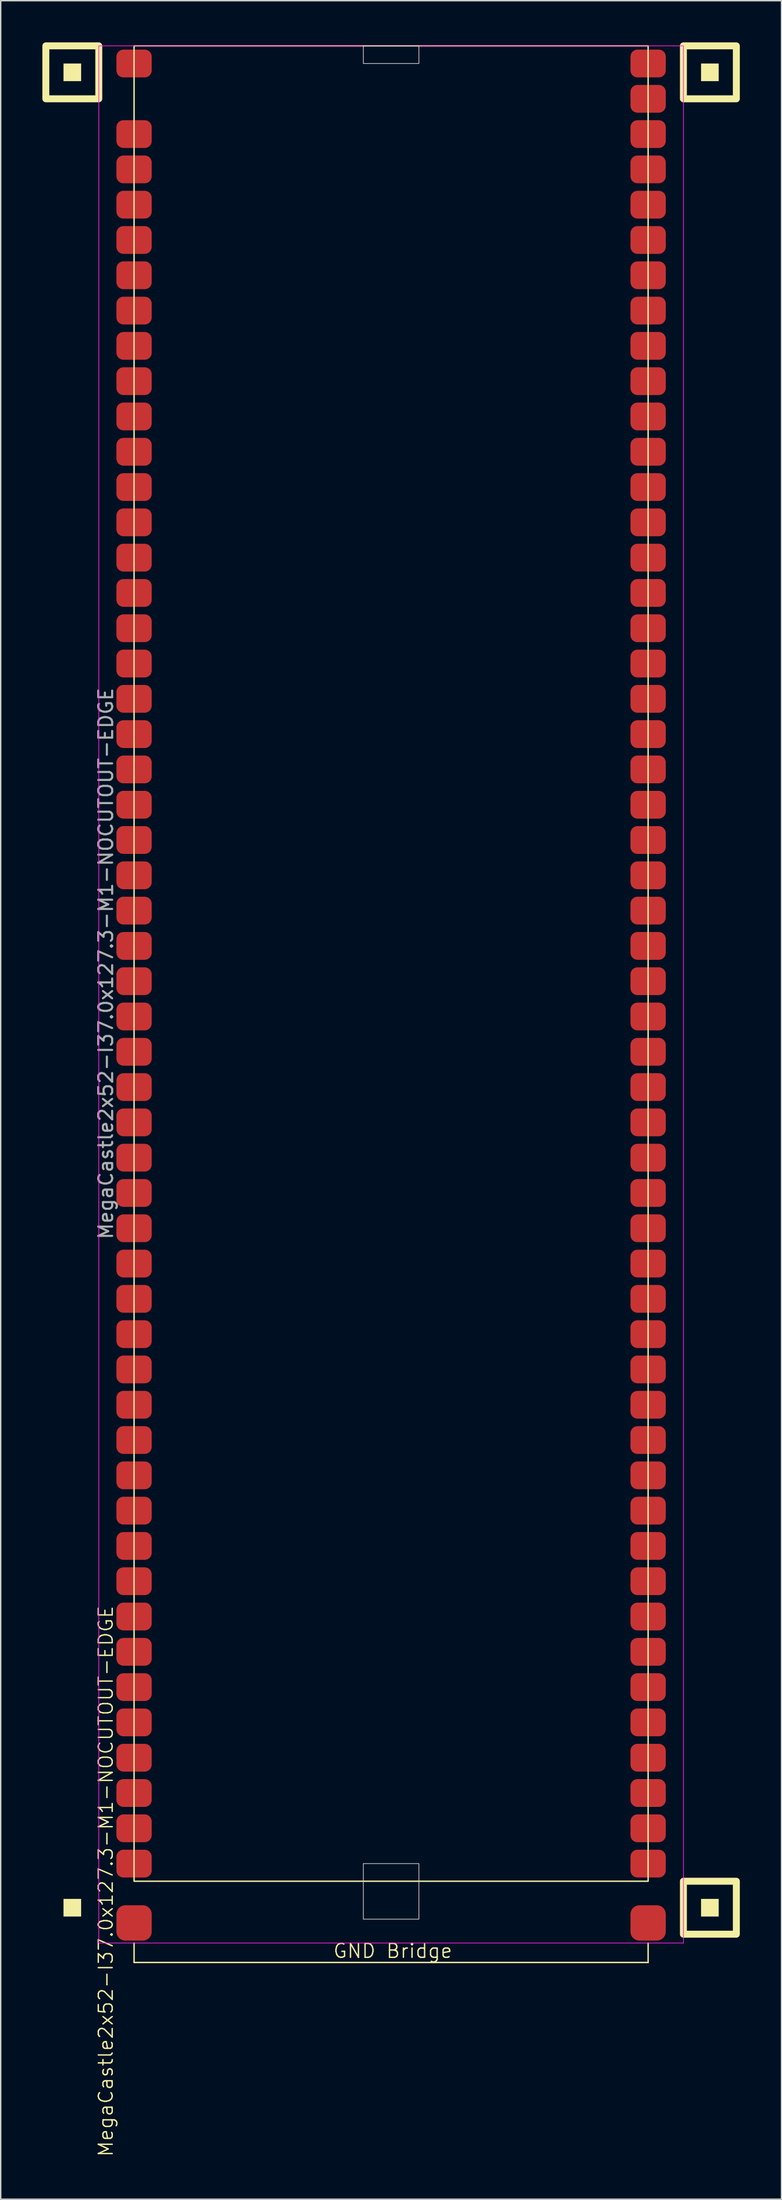
<source format=kicad_pcb>
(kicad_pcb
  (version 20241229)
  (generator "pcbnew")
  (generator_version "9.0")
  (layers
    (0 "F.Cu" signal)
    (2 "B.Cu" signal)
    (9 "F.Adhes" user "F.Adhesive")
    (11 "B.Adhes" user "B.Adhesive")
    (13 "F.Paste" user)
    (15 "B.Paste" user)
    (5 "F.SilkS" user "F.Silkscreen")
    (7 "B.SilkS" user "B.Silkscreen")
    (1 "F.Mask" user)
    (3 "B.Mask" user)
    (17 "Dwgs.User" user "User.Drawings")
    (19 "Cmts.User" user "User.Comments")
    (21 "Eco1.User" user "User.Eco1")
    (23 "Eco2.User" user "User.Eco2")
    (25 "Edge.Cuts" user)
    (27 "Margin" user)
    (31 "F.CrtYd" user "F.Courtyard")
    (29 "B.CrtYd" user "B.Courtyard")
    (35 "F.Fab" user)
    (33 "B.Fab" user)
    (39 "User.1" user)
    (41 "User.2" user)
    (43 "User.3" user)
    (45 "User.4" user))
  (footprint "MegaCastle2x52-I37.0x127.3-M1-NOCUTOUT-EDGE"
    (layer "F.Cu")
    (at 25.1 66.29)
    (property "Reference" "MegaCastle2x52-I37.0x127.3-M1-NOCUTOUT-EDGE" (at -20.532 66.04 90) (unlocked yes) (layer "F.SilkS") (effects (font (size 1 1) (thickness 0.1))))
    (attr smd)
    (fp_line (start -18.5 70.485) (end -18.5 71.885) (stroke (width 0.1) (type default)) (layer "F.SilkS"))
    (fp_line (start -18.5 71.885) (end 18.5 71.885) (stroke (width 0.1) (type default)) (layer "F.SilkS"))
    (fp_line (start 18.5 70.485) (end 18.5 71.885) (stroke (width 0.1) (type default)) (layer "F.SilkS"))
    (fp_rect (start -22.31 -63.5) (end -23.58 -64.77) (stroke (width 0) (type solid)) (fill yes) (layer "F.SilkS"))
    (fp_rect (start -22.31 68.58) (end -23.58 67.31) (stroke (width 0) (type solid)) (fill yes) (layer "F.SilkS"))
    (fp_rect (start -21.04 -62.23) (end -24.85 -66.04) (stroke (width 0.5) (type default)) (fill no) (layer "F.SilkS"))
    (fp_rect (start -18.5 -66.04) (end 18.5 66.04) (stroke (width 0.1) (type default)) (fill no) (layer "F.SilkS"))
    (fp_rect (start 23.58 -63.5) (end 22.31 -64.77) (stroke (width 0) (type solid)) (fill yes) (layer "F.SilkS"))
    (fp_rect (start 23.58 68.58) (end 22.31 67.31) (stroke (width 0) (type solid)) (fill yes) (layer "F.SilkS"))
    (fp_rect (start 24.85 -62.23) (end 21.04 -66.04) (stroke (width 0.5) (type default)) (fill no) (layer "F.SilkS"))
    (fp_rect (start 24.85 69.85) (end 21.04 66.04) (stroke (width 0.5) (type default)) (fill no) (layer "F.SilkS"))
    (fp_rect (start -2 -64.77) (end 2 -66.04) (stroke (width 0.05) (type default)) (fill no) (layer "Edge.Cuts"))
    (fp_rect (start -2 64.77) (end 2 68.77) (stroke (width 0.05) (type default)) (fill no) (layer "Edge.Cuts"))
    (fp_line (start -21.04 -66.04) (end -21.04 70.485) (stroke (width 0.05) (type default)) (layer "F.CrtYd"))
    (fp_line (start -21.04 70.485) (end 21.04 70.485) (stroke (width 0.05) (type default)) (layer "F.CrtYd"))
    (fp_line (start 21.04 -66.04) (end -21.04 -66.04) (stroke (width 0.05) (type default)) (layer "F.CrtYd"))
    (fp_line (start 21.04 -66.04) (end 21.04 70.485) (stroke (width 0.05) (type default)) (layer "F.CrtYd"))
    (fp_text user "GND Bridge" (at -4.226 71.64 0) (unlocked yes) (layer "F.SilkS") (effects (font (size 1 1) (thickness 0.1)) (justify left bottom)))
    (fp_text user "${REFERENCE}" (at -20.532 0 90) (unlocked yes) (layer "F.Fab") (effects (font (size 1 1) (thickness 0.15))))
    (pad "1" smd roundrect (at -18.5 -64.77) (size 2.54 2) (layers "F.Cu" "F.Mask" "F.Paste") (roundrect_rratio 0.25))
    (pad "3" smd roundrect (at -18.5 -59.69) (size 2.54 2) (layers "F.Cu" "F.Mask" "F.Paste") (roundrect_rratio 0.25))
    (pad "4" smd roundrect (at -18.5 -57.15) (size 2.54 2) (layers "F.Cu" "F.Mask" "F.Paste") (roundrect_rratio 0.25))
    (pad "5" smd roundrect (at -18.5 -54.61) (size 2.54 2) (layers "F.Cu" "F.Mask" "F.Paste") (roundrect_rratio 0.25))
    (pad "6" smd roundrect (at -18.5 -52.07) (size 2.54 2) (layers "F.Cu" "F.Mask" "F.Paste") (roundrect_rratio 0.25))
    (pad "7" smd roundrect (at -18.5 -49.53) (size 2.54 2) (layers "F.Cu" "F.Mask" "F.Paste") (roundrect_rratio 0.25))
    (pad "8" smd roundrect (at -18.5 -46.99) (size 2.54 2) (layers "F.Cu" "F.Mask" "F.Paste") (roundrect_rratio 0.25))
    (pad "9" smd roundrect (at -18.5 -44.45) (size 2.54 2) (layers "F.Cu" "F.Mask" "F.Paste") (roundrect_rratio 0.25))
    (pad "10" smd roundrect (at -18.5 -41.91) (size 2.54 2) (layers "F.Cu" "F.Mask" "F.Paste") (roundrect_rratio 0.25))
    (pad "11" smd roundrect (at -18.5 -39.37) (size 2.54 2) (layers "F.Cu" "F.Mask" "F.Paste") (roundrect_rratio 0.25))
    (pad "12" smd roundrect (at -18.5 -36.83) (size 2.54 2) (layers "F.Cu" "F.Mask" "F.Paste") (roundrect_rratio 0.25))
    (pad "13" smd roundrect (at -18.5 -34.29) (size 2.54 2) (layers "F.Cu" "F.Mask" "F.Paste") (roundrect_rratio 0.25))
    (pad "14" smd roundrect (at -18.5 -31.75) (size 2.54 2) (layers "F.Cu" "F.Mask" "F.Paste") (roundrect_rratio 0.25))
    (pad "15" smd roundrect (at -18.5 -29.21) (size 2.54 2) (layers "F.Cu" "F.Mask" "F.Paste") (roundrect_rratio 0.25))
    (pad "16" smd roundrect (at -18.5 -26.67) (size 2.54 2) (layers "F.Cu" "F.Mask" "F.Paste") (roundrect_rratio 0.25))
    (pad "17" smd roundrect (at -18.5 -24.13) (size 2.54 2) (layers "F.Cu" "F.Mask" "F.Paste") (roundrect_rratio 0.25))
    (pad "18" smd roundrect (at -18.5 -21.59) (size 2.54 2) (layers "F.Cu" "F.Mask" "F.Paste") (roundrect_rratio 0.25))
    (pad "19" smd roundrect (at -18.5 -19.05) (size 2.54 2) (layers "F.Cu" "F.Mask" "F.Paste") (roundrect_rratio 0.25))
    (pad "20" smd roundrect (at -18.5 -16.51) (size 2.54 2) (layers "F.Cu" "F.Mask" "F.Paste") (roundrect_rratio 0.25))
    (pad "21" smd roundrect (at -18.5 -13.97) (size 2.54 2) (layers "F.Cu" "F.Mask" "F.Paste") (roundrect_rratio 0.25))
    (pad "22" smd roundrect (at -18.5 -11.43) (size 2.54 2) (layers "F.Cu" "F.Mask" "F.Paste") (roundrect_rratio 0.25))
    (pad "23" smd roundrect (at -18.5 -8.89) (size 2.54 2) (layers "F.Cu" "F.Mask" "F.Paste") (roundrect_rratio 0.25))
    (pad "24" smd roundrect (at -18.5 -6.35) (size 2.54 2) (layers "F.Cu" "F.Mask" "F.Paste") (roundrect_rratio 0.25))
    (pad "25" smd roundrect (at -18.5 -3.81) (size 2.54 2) (layers "F.Cu" "F.Mask" "F.Paste") (roundrect_rratio 0.25))
    (pad "26" smd roundrect (at -18.5 -1.27) (size 2.54 2) (layers "F.Cu" "F.Mask" "F.Paste") (roundrect_rratio 0.25))
    (pad "27" smd roundrect (at -18.5 1.27) (size 2.54 2) (layers "F.Cu" "F.Mask" "F.Paste") (roundrect_rratio 0.25))
    (pad "28" smd roundrect (at -18.5 3.81) (size 2.54 2) (layers "F.Cu" "F.Mask" "F.Paste") (roundrect_rratio 0.25))
    (pad "29" smd roundrect (at -18.5 6.35) (size 2.54 2) (layers "F.Cu" "F.Mask" "F.Paste") (roundrect_rratio 0.25))
    (pad "30" smd roundrect (at -18.5 8.89) (size 2.54 2) (layers "F.Cu" "F.Mask" "F.Paste") (roundrect_rratio 0.25))
    (pad "31" smd roundrect (at -18.5 11.43) (size 2.54 2) (layers "F.Cu" "F.Mask" "F.Paste") (roundrect_rratio 0.25))
    (pad "32" smd roundrect (at -18.5 13.97) (size 2.54 2) (layers "F.Cu" "F.Mask" "F.Paste") (roundrect_rratio 0.25))
    (pad "33" smd roundrect (at -18.5 16.51) (size 2.54 2) (layers "F.Cu" "F.Mask" "F.Paste") (roundrect_rratio 0.25))
    (pad "34" smd roundrect (at -18.5 19.05) (size 2.54 2) (layers "F.Cu" "F.Mask" "F.Paste") (roundrect_rratio 0.25))
    (pad "35" smd roundrect (at -18.5 21.59) (size 2.54 2) (layers "F.Cu" "F.Mask" "F.Paste") (roundrect_rratio 0.25))
    (pad "36" smd roundrect (at -18.5 24.13) (size 2.54 2) (layers "F.Cu" "F.Mask" "F.Paste") (roundrect_rratio 0.25))
    (pad "37" smd roundrect (at -18.5 26.67) (size 2.54 2) (layers "F.Cu" "F.Mask" "F.Paste") (roundrect_rratio 0.25))
    (pad "38" smd roundrect (at -18.5 29.21) (size 2.54 2) (layers "F.Cu" "F.Mask" "F.Paste") (roundrect_rratio 0.25))
    (pad "39" smd roundrect (at -18.5 31.75) (size 2.54 2) (layers "F.Cu" "F.Mask" "F.Paste") (roundrect_rratio 0.25))
    (pad "40" smd roundrect (at -18.5 34.29) (size 2.54 2) (layers "F.Cu" "F.Mask" "F.Paste") (roundrect_rratio 0.25))
    (pad "41" smd roundrect (at -18.5 36.83) (size 2.54 2) (layers "F.Cu" "F.Mask" "F.Paste") (roundrect_rratio 0.25))
    (pad "42" smd roundrect (at -18.5 39.37) (size 2.54 2) (layers "F.Cu" "F.Mask" "F.Paste") (roundrect_rratio 0.25))
    (pad "43" smd roundrect (at -18.5 41.91) (size 2.54 2) (layers "F.Cu" "F.Mask" "F.Paste") (roundrect_rratio 0.25))
    (pad "44" smd roundrect (at -18.5 44.45) (size 2.54 2) (layers "F.Cu" "F.Mask" "F.Paste") (roundrect_rratio 0.25))
    (pad "45" smd roundrect (at -18.5 46.99) (size 2.54 2) (layers "F.Cu" "F.Mask" "F.Paste") (roundrect_rratio 0.25))
    (pad "46" smd roundrect (at -18.5 49.53) (size 2.54 2) (layers "F.Cu" "F.Mask" "F.Paste") (roundrect_rratio 0.25))
    (pad "47" smd roundrect (at -18.5 52.07) (size 2.54 2) (layers "F.Cu" "F.Mask" "F.Paste") (roundrect_rratio 0.25))
    (pad "48" smd roundrect (at -18.5 54.61) (size 2.54 2) (layers "F.Cu" "F.Mask" "F.Paste") (roundrect_rratio 0.25))
    (pad "49" smd roundrect (at -18.5 57.15) (size 2.54 2) (layers "F.Cu" "F.Mask" "F.Paste") (roundrect_rratio 0.25))
    (pad "50" smd roundrect (at -18.5 59.69) (size 2.54 2) (layers "F.Cu" "F.Mask" "F.Paste") (roundrect_rratio 0.25))
    (pad "51" smd roundrect (at -18.5 62.23) (size 2.54 2) (layers "F.Cu" "F.Mask" "F.Paste") (roundrect_rratio 0.25))
    (pad "52" smd roundrect (at -18.5 64.77) (size 2.54 2) (layers "F.Cu" "F.Mask" "F.Paste") (roundrect_rratio 0.25))
    (pad "53" smd roundrect (at 18.5 -64.77) (size 2.54 2) (layers "F.Cu" "F.Mask" "F.Paste") (roundrect_rratio 0.25))
    (pad "54" smd roundrect (at 18.5 -62.23) (size 2.54 2) (layers "F.Cu" "F.Mask" "F.Paste") (roundrect_rratio 0.25))
    (pad "55" smd roundrect (at 18.5 -59.69) (size 2.54 2) (layers "F.Cu" "F.Mask" "F.Paste") (roundrect_rratio 0.25))
    (pad "56" smd roundrect (at 18.5 -57.15) (size 2.54 2) (layers "F.Cu" "F.Mask" "F.Paste") (roundrect_rratio 0.25))
    (pad "57" smd roundrect (at 18.5 -54.61) (size 2.54 2) (layers "F.Cu" "F.Mask" "F.Paste") (roundrect_rratio 0.25))
    (pad "58" smd roundrect (at 18.5 -52.07) (size 2.54 2) (layers "F.Cu" "F.Mask" "F.Paste") (roundrect_rratio 0.25))
    (pad "59" smd roundrect (at 18.5 -49.53) (size 2.54 2) (layers "F.Cu" "F.Mask" "F.Paste") (roundrect_rratio 0.25))
    (pad "60" smd roundrect (at 18.5 -46.99) (size 2.54 2) (layers "F.Cu" "F.Mask" "F.Paste") (roundrect_rratio 0.25))
    (pad "61" smd roundrect (at 18.5 -44.45) (size 2.54 2) (layers "F.Cu" "F.Mask" "F.Paste") (roundrect_rratio 0.25))
    (pad "62" smd roundrect (at 18.5 -41.91) (size 2.54 2) (layers "F.Cu" "F.Mask" "F.Paste") (roundrect_rratio 0.25))
    (pad "63" smd roundrect (at 18.5 -39.37) (size 2.54 2) (layers "F.Cu" "F.Mask" "F.Paste") (roundrect_rratio 0.25))
    (pad "64" smd roundrect (at 18.5 -36.83) (size 2.54 2) (layers "F.Cu" "F.Mask" "F.Paste") (roundrect_rratio 0.25))
    (pad "65" smd roundrect (at 18.5 -34.29) (size 2.54 2) (layers "F.Cu" "F.Mask" "F.Paste") (roundrect_rratio 0.25))
    (pad "66" smd roundrect (at 18.5 -31.75) (size 2.54 2) (layers "F.Cu" "F.Mask" "F.Paste") (roundrect_rratio 0.25))
    (pad "67" smd roundrect (at 18.5 -29.21) (size 2.54 2) (layers "F.Cu" "F.Mask" "F.Paste") (roundrect_rratio 0.25))
    (pad "68" smd roundrect (at 18.5 -26.67) (size 2.54 2) (layers "F.Cu" "F.Mask" "F.Paste") (roundrect_rratio 0.25))
    (pad "69" smd roundrect (at 18.5 -24.13) (size 2.54 2) (layers "F.Cu" "F.Mask" "F.Paste") (roundrect_rratio 0.25))
    (pad "70" smd roundrect (at 18.5 -21.59) (size 2.54 2) (layers "F.Cu" "F.Mask" "F.Paste") (roundrect_rratio 0.25))
    (pad "71" smd roundrect (at 18.5 -19.05) (size 2.54 2) (layers "F.Cu" "F.Mask" "F.Paste") (roundrect_rratio 0.25))
    (pad "72" smd roundrect (at 18.5 -16.51) (size 2.54 2) (layers "F.Cu" "F.Mask" "F.Paste") (roundrect_rratio 0.25))
    (pad "73" smd roundrect (at 18.5 -13.97) (size 2.54 2) (layers "F.Cu" "F.Mask" "F.Paste") (roundrect_rratio 0.25))
    (pad "74" smd roundrect (at 18.5 -11.43) (size 2.54 2) (layers "F.Cu" "F.Mask" "F.Paste") (roundrect_rratio 0.25))
    (pad "75" smd roundrect (at 18.5 -8.89) (size 2.54 2) (layers "F.Cu" "F.Mask" "F.Paste") (roundrect_rratio 0.25))
    (pad "76" smd roundrect (at 18.5 -6.35) (size 2.54 2) (layers "F.Cu" "F.Mask" "F.Paste") (roundrect_rratio 0.25))
    (pad "77" smd roundrect (at 18.5 -3.81) (size 2.54 2) (layers "F.Cu" "F.Mask" "F.Paste") (roundrect_rratio 0.25))
    (pad "78" smd roundrect (at 18.5 -1.27) (size 2.54 2) (layers "F.Cu" "F.Mask" "F.Paste") (roundrect_rratio 0.25))
    (pad "79" smd roundrect (at 18.5 1.27) (size 2.54 2) (layers "F.Cu" "F.Mask" "F.Paste") (roundrect_rratio 0.25))
    (pad "80" smd roundrect (at 18.5 3.81) (size 2.54 2) (layers "F.Cu" "F.Mask" "F.Paste") (roundrect_rratio 0.25))
    (pad "81" smd roundrect (at 18.5 6.35) (size 2.54 2) (layers "F.Cu" "F.Mask" "F.Paste") (roundrect_rratio 0.25))
    (pad "82" smd roundrect (at 18.5 8.89) (size 2.54 2) (layers "F.Cu" "F.Mask" "F.Paste") (roundrect_rratio 0.25))
    (pad "83" smd roundrect (at 18.5 11.43) (size 2.54 2) (layers "F.Cu" "F.Mask" "F.Paste") (roundrect_rratio 0.25))
    (pad "84" smd roundrect (at 18.5 13.97) (size 2.54 2) (layers "F.Cu" "F.Mask" "F.Paste") (roundrect_rratio 0.25))
    (pad "85" smd roundrect (at 18.5 16.51) (size 2.54 2) (layers "F.Cu" "F.Mask" "F.Paste") (roundrect_rratio 0.25))
    (pad "86" smd roundrect (at 18.5 19.05) (size 2.54 2) (layers "F.Cu" "F.Mask" "F.Paste") (roundrect_rratio 0.25))
    (pad "87" smd roundrect (at 18.5 21.59) (size 2.54 2) (layers "F.Cu" "F.Mask" "F.Paste") (roundrect_rratio 0.25))
    (pad "88" smd roundrect (at 18.5 24.13) (size 2.54 2) (layers "F.Cu" "F.Mask" "F.Paste") (roundrect_rratio 0.25))
    (pad "89" smd roundrect (at 18.5 26.67) (size 2.54 2) (layers "F.Cu" "F.Mask" "F.Paste") (roundrect_rratio 0.25))
    (pad "90" smd roundrect (at 18.5 29.21) (size 2.54 2) (layers "F.Cu" "F.Mask" "F.Paste") (roundrect_rratio 0.25))
    (pad "91" smd roundrect (at 18.5 31.75) (size 2.54 2) (layers "F.Cu" "F.Mask" "F.Paste") (roundrect_rratio 0.25))
    (pad "92" smd roundrect (at 18.5 34.29) (size 2.54 2) (layers "F.Cu" "F.Mask" "F.Paste") (roundrect_rratio 0.25))
    (pad "93" smd roundrect (at 18.5 36.83) (size 2.54 2) (layers "F.Cu" "F.Mask" "F.Paste") (roundrect_rratio 0.25))
    (pad "94" smd roundrect (at 18.5 39.37) (size 2.54 2) (layers "F.Cu" "F.Mask" "F.Paste") (roundrect_rratio 0.25))
    (pad "95" smd roundrect (at 18.5 41.91) (size 2.54 2) (layers "F.Cu" "F.Mask" "F.Paste") (roundrect_rratio 0.25))
    (pad "96" smd roundrect (at 18.5 44.45) (size 2.54 2) (layers "F.Cu" "F.Mask" "F.Paste") (roundrect_rratio 0.25))
    (pad "97" smd roundrect (at 18.5 46.99) (size 2.54 2) (layers "F.Cu" "F.Mask" "F.Paste") (roundrect_rratio 0.25))
    (pad "98" smd roundrect (at 18.5 49.53) (size 2.54 2) (layers "F.Cu" "F.Mask" "F.Paste") (roundrect_rratio 0.25))
    (pad "99" smd roundrect (at 18.5 52.07) (size 2.54 2) (layers "F.Cu" "F.Mask" "F.Paste") (roundrect_rratio 0.25))
    (pad "100" smd roundrect (at 18.5 54.61) (size 2.54 2) (layers "F.Cu" "F.Mask" "F.Paste") (roundrect_rratio 0.25))
    (pad "101" smd roundrect (at 18.5 57.15) (size 2.54 2) (layers "F.Cu" "F.Mask" "F.Paste") (roundrect_rratio 0.25))
    (pad "102" smd roundrect (at 18.5 59.69) (size 2.54 2) (layers "F.Cu" "F.Mask" "F.Paste") (roundrect_rratio 0.25))
    (pad "103" smd roundrect (at 18.5 62.23) (size 2.54 2) (layers "F.Cu" "F.Mask" "F.Paste") (roundrect_rratio 0.25))
    (pad "104" smd roundrect (at 18.5 64.77) (size 2.54 2) (layers "F.Cu" "F.Mask" "F.Paste") (roundrect_rratio 0.25))
    (pad "B1" smd roundrect (at -18.5 69.04) (size 2.54 2.54) (layers "F.Cu" "F.Mask" "F.Paste") (roundrect_rratio 0.25))
    (pad "B2" smd roundrect (at 18.5 69.04) (size 2.54 2.54) (layers "F.Cu" "F.Mask" "F.Paste") (roundrect_rratio 0.25)))
  (gr_rect
    (start -3 -3)
    (end 53.2 155.213)
    (stroke (width 0.1) (type default))
    (fill no)
    (layer "Edge.Cuts")))
</source>
